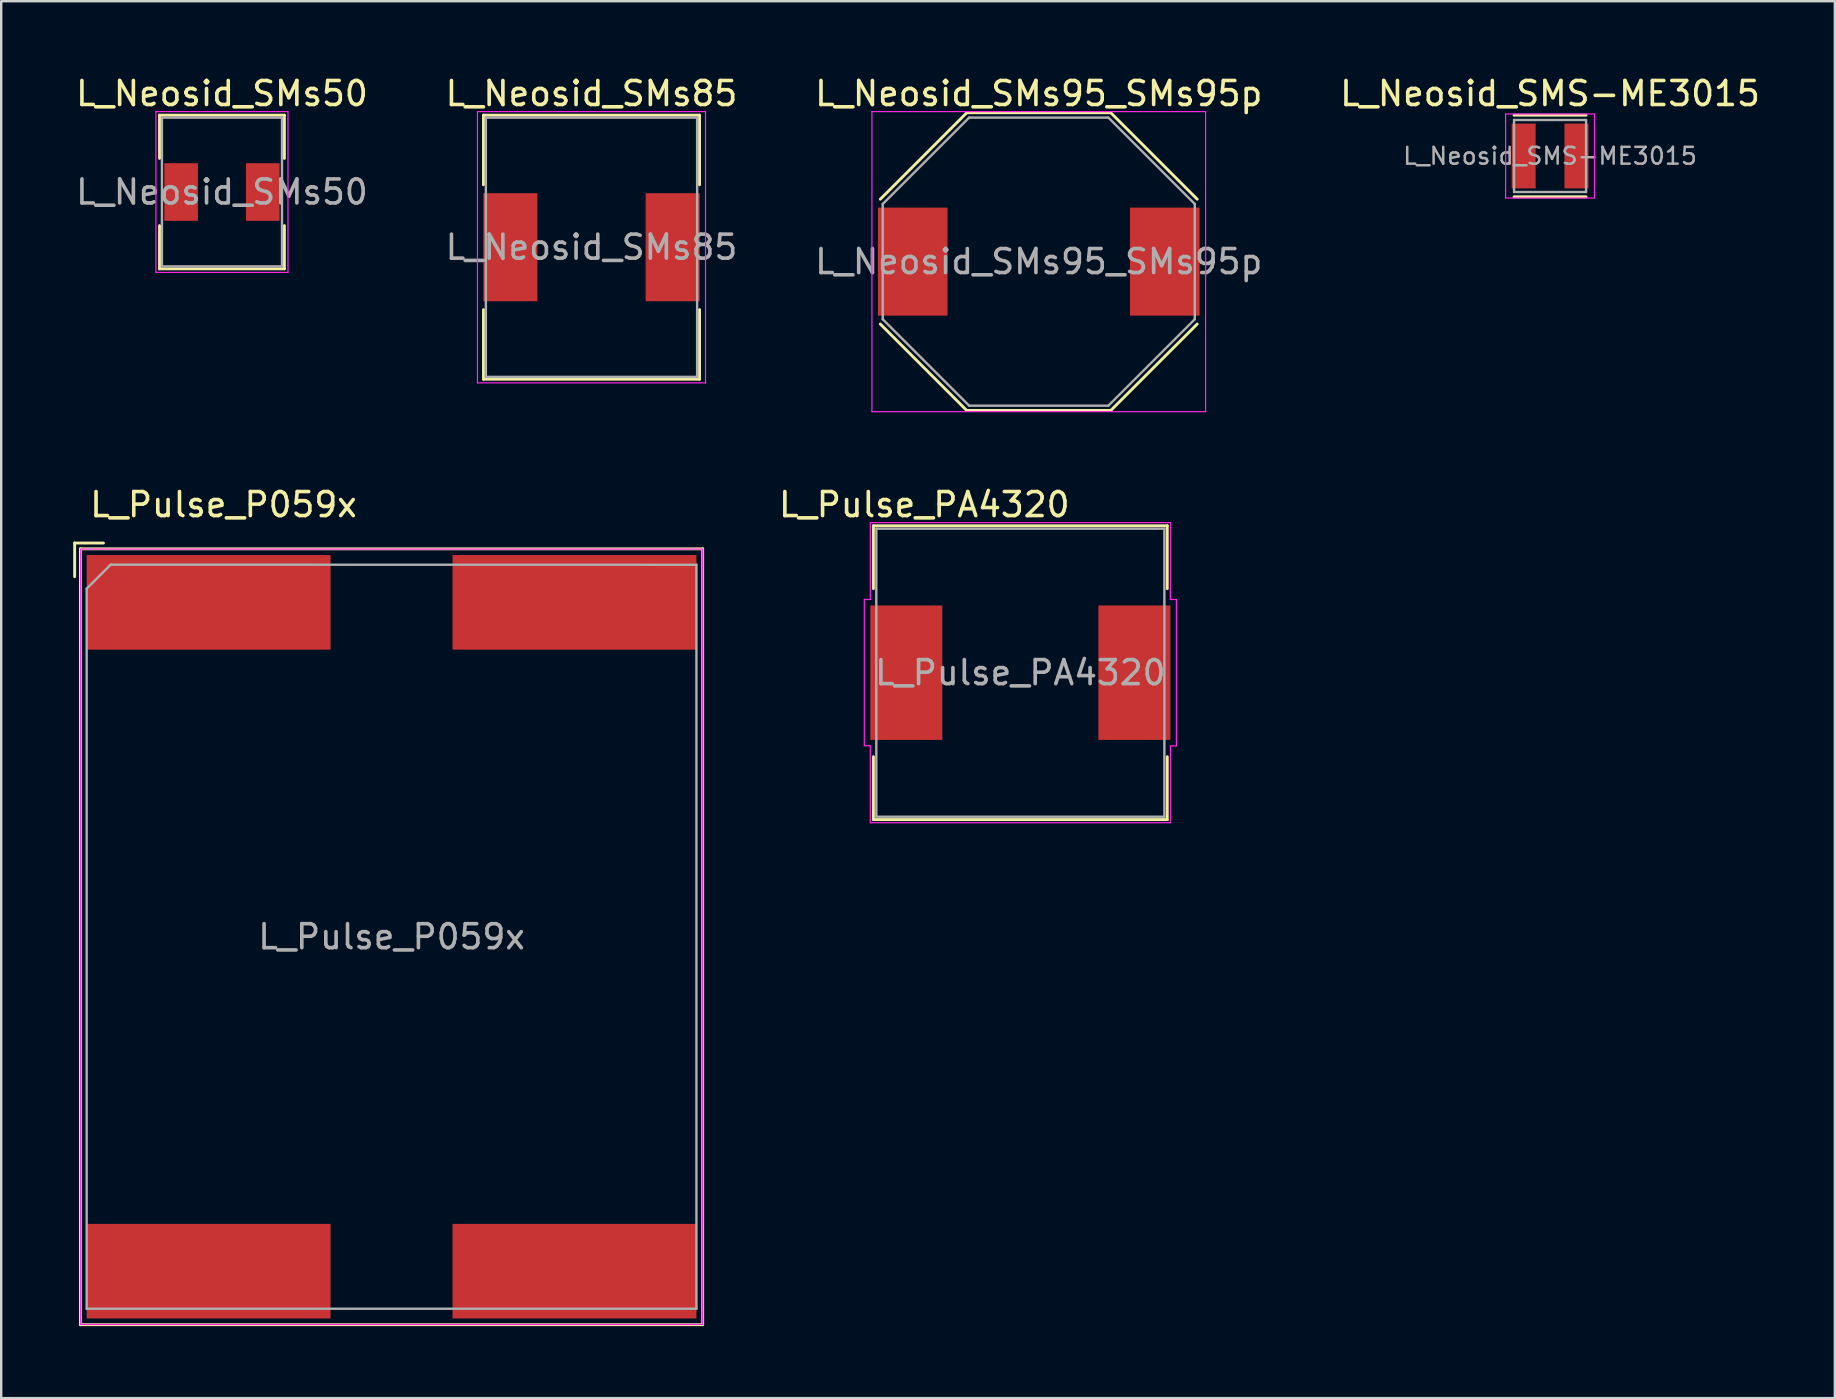
<source format=kicad_pcb>
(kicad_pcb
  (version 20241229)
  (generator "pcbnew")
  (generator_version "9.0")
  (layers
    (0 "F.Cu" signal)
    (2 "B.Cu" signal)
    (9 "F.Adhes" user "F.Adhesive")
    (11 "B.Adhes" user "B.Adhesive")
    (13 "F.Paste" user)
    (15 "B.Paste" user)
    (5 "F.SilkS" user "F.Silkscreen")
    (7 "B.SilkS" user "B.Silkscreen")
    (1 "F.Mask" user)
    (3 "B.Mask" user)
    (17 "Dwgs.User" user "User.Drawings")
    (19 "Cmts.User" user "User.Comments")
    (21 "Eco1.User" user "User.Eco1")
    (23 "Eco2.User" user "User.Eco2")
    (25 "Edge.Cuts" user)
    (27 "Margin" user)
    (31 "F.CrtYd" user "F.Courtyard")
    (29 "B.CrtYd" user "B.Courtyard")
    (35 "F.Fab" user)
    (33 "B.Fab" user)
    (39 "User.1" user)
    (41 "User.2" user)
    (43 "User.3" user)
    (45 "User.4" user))
  (footprint "L_Neosid_SMS-ME3015"
    (layer "F.Cu")
    (at 61.518 3.448)
    (property "Reference" "L_Neosid_SMS-ME3015" (at 0 -2.6 0) (layer "F.SilkS") (effects (font (size 1 1) (thickness 0.15))))
    (attr smd)
    (fp_line (start 1.5 -1.7) (end -1.5 -1.7) (stroke (width 0.12) (type solid)) (layer "F.SilkS"))
    (fp_line (start 1.5 1.7) (end -1.5 1.7) (stroke (width 0.12) (type solid)) (layer "F.SilkS"))
    (fp_line (start -1.85 -1.75) (end -1.85 1.75) (stroke (width 0.05) (type solid)) (layer "F.CrtYd"))
    (fp_line (start -1.85 -1.75) (end 1.85 -1.75) (stroke (width 0.05) (type solid)) (layer "F.CrtYd"))
    (fp_line (start 1.85 1.75) (end -1.85 1.75) (stroke (width 0.05) (type solid)) (layer "F.CrtYd"))
    (fp_line (start 1.85 1.75) (end 1.85 -1.75) (stroke (width 0.05) (type solid)) (layer "F.CrtYd"))
    (fp_line (start -1.5 -1.5) (end -1.5 1.5) (stroke (width 0.1) (type solid)) (layer "F.Fab"))
    (fp_line (start -1.5 1.5) (end 1.5 1.5) (stroke (width 0.1) (type solid)) (layer "F.Fab"))
    (fp_line (start 1.5 -1.5) (end -1.5 -1.5) (stroke (width 0.1) (type solid)) (layer "F.Fab"))
    (fp_line (start 1.5 1.5) (end 1.5 -1.5) (stroke (width 0.1) (type solid)) (layer "F.Fab"))
    (fp_text user "${REFERENCE}" (at 0 0 0) (layer "F.Fab") (effects (font (size 0.7 0.7) (thickness 0.105))))
    (pad "1" smd rect (at -1.1 0) (size 1 2.7) (layers "F.Cu" "F.Mask" "F.Paste"))
    (pad "2" smd rect (at 1.1 0) (size 1 2.7) (layers "F.Cu" "F.Mask" "F.Paste")))
  (footprint "L_Pulse_PA4320"
    (layer "F.Cu")
    (at 39.453 24.971)
    (property "Reference" "L_Pulse_PA4320" (at -4 -7 0) (layer "F.SilkS") (effects (font (size 1 1) (thickness 0.15))))
    (attr smd)
    (fp_line (start -6.12 -6.12) (end -6.12 -3.5) (stroke (width 0.12) (type solid)) (layer "F.SilkS"))
    (fp_line (start -6.12 -6.12) (end 6.12 -6.12) (stroke (width 0.12) (type solid)) (layer "F.SilkS"))
    (fp_line (start -6.12 3.5) (end -6.12 6.12) (stroke (width 0.12) (type solid)) (layer "F.SilkS"))
    (fp_line (start -6.12 6.12) (end 6.12 6.12) (stroke (width 0.12) (type solid)) (layer "F.SilkS"))
    (fp_line (start 6.12 -6.12) (end 6.12 -3.5) (stroke (width 0.12) (type solid)) (layer "F.SilkS"))
    (fp_line (start 6.12 3.5) (end 6.12 6.12) (stroke (width 0.12) (type solid)) (layer "F.SilkS"))
    (fp_line (start -6.5 3.04) (end -6.5 -3.05) (stroke (width 0.05) (type solid)) (layer "F.CrtYd"))
    (fp_line (start -6.25 -6.25) (end -6.25 -3.05) (stroke (width 0.05) (type solid)) (layer "F.CrtYd"))
    (fp_line (start -6.25 -6.25) (end 6.25 -6.25) (stroke (width 0.05) (type solid)) (layer "F.CrtYd"))
    (fp_line (start -6.25 -3.05) (end -6.5 -3.05) (stroke (width 0.05) (type solid)) (layer "F.CrtYd"))
    (fp_line (start -6.25 3.04) (end -6.5 3.04) (stroke (width 0.05) (type solid)) (layer "F.CrtYd"))
    (fp_line (start -6.25 3.04) (end -6.25 6.25) (stroke (width 0.05) (type solid)) (layer "F.CrtYd"))
    (fp_line (start 6.25 -6.25) (end 6.25 -3.05) (stroke (width 0.05) (type solid)) (layer "F.CrtYd"))
    (fp_line (start 6.25 -3.05) (end 6.5 -3.05) (stroke (width 0.05) (type solid)) (layer "F.CrtYd"))
    (fp_line (start 6.25 3.05) (end 6.25 6.25) (stroke (width 0.05) (type solid)) (layer "F.CrtYd"))
    (fp_line (start 6.25 6.25) (end -6.25 6.25) (stroke (width 0.05) (type solid)) (layer "F.CrtYd"))
    (fp_line (start 6.5 -3.05) (end 6.5 3.05) (stroke (width 0.05) (type solid)) (layer "F.CrtYd"))
    (fp_line (start 6.5 3.05) (end 6.25 3.05) (stroke (width 0.05) (type solid)) (layer "F.CrtYd"))
    (fp_line (start -6 -6) (end 6 -6) (stroke (width 0.1) (type solid)) (layer "F.Fab"))
    (fp_line (start -6 6) (end -6 -6) (stroke (width 0.1) (type solid)) (layer "F.Fab"))
    (fp_line (start 6 -6) (end 6 6) (stroke (width 0.1) (type solid)) (layer "F.Fab"))
    (fp_line (start 6 6) (end -6 6) (stroke (width 0.1) (type solid)) (layer "F.Fab"))
    (fp_text user "${REFERENCE}" (at 0 0 0) (layer "F.Fab") (effects (font (size 1 1) (thickness 0.15))))
    (pad "1" smd rect (at -4.75 0 90) (size 5.6 3) (layers "F.Cu" "F.Mask" "F.Paste"))
    (pad "2" smd rect (at 4.75 0 90) (size 5.6 3) (layers "F.Cu" "F.Mask" "F.Paste")))
  (footprint "L_Neosid_SMs85"
    (layer "F.Cu")
    (at 21.589 7.248)
    (property "Reference" "L_Neosid_SMs85" (at 0 -6.4 0) (layer "F.SilkS") (effects (font (size 1 1) (thickness 0.15))))
    (attr smd)
    (fp_line (start -4.5 -5.5) (end 4.5 -5.5) (stroke (width 0.12) (type solid)) (layer "F.SilkS"))
    (fp_line (start -4.5 -2.6) (end -4.5 -5.5) (stroke (width 0.12) (type solid)) (layer "F.SilkS"))
    (fp_line (start -4.5 5.5) (end -4.5 2.6) (stroke (width 0.12) (type solid)) (layer "F.SilkS"))
    (fp_line (start 4.5 -5.5) (end 4.5 -2.6) (stroke (width 0.12) (type solid)) (layer "F.SilkS"))
    (fp_line (start 4.5 2.6) (end 4.5 5.5) (stroke (width 0.12) (type solid)) (layer "F.SilkS"))
    (fp_line (start 4.5 5.5) (end -4.5 5.5) (stroke (width 0.12) (type solid)) (layer "F.SilkS"))
    (fp_line (start -4.75 -5.65) (end -4.75 5.65) (stroke (width 0.05) (type solid)) (layer "F.CrtYd"))
    (fp_line (start -4.75 -5.65) (end 4.75 -5.65) (stroke (width 0.05) (type solid)) (layer "F.CrtYd"))
    (fp_line (start 4.75 5.65) (end -4.75 5.65) (stroke (width 0.05) (type solid)) (layer "F.CrtYd"))
    (fp_line (start 4.75 5.65) (end 4.75 -5.65) (stroke (width 0.05) (type solid)) (layer "F.CrtYd"))
    (fp_line (start -4.4 -5.4) (end 4.4 -5.4) (stroke (width 0.1) (type solid)) (layer "F.Fab"))
    (fp_line (start -4.4 5.4) (end -4.4 -5.4) (stroke (width 0.1) (type solid)) (layer "F.Fab"))
    (fp_line (start 4.4 -5.4) (end 4.4 5.4) (stroke (width 0.1) (type solid)) (layer "F.Fab"))
    (fp_line (start 4.4 5.4) (end -4.4 5.4) (stroke (width 0.1) (type solid)) (layer "F.Fab"))
    (fp_text user "${REFERENCE}" (at 0 0 0) (layer "F.Fab") (effects (font (size 1 1) (thickness 0.15))))
    (pad "1" smd rect (at -3.38 0) (size 2.25 4.5) (layers "F.Cu" "F.Mask" "F.Paste"))
    (pad "2" smd rect (at 3.38 0) (size 2.25 4.5) (layers "F.Cu" "F.Mask" "F.Paste")))
  (footprint "L_Neosid_SMs50"
    (layer "F.Cu")
    (at 6.196 4.948)
    (property "Reference" "L_Neosid_SMs50" (at 0 -4.1 0) (layer "F.SilkS") (effects (font (size 1 1) (thickness 0.15))))
    (attr smd)
    (fp_line (start -2.6 -3.2) (end 2.6 -3.2) (stroke (width 0.12) (type solid)) (layer "F.SilkS"))
    (fp_line (start -2.6 -1.4) (end -2.6 -3.2) (stroke (width 0.12) (type solid)) (layer "F.SilkS"))
    (fp_line (start -2.6 3.2) (end -2.6 1.4) (stroke (width 0.12) (type solid)) (layer "F.SilkS"))
    (fp_line (start 2.6 -3.2) (end 2.6 -1.4) (stroke (width 0.12) (type solid)) (layer "F.SilkS"))
    (fp_line (start 2.6 1.4) (end 2.6 3.2) (stroke (width 0.12) (type solid)) (layer "F.SilkS"))
    (fp_line (start 2.6 3.2) (end -2.6 3.2) (stroke (width 0.12) (type solid)) (layer "F.SilkS"))
    (fp_line (start -2.75 -3.35) (end -2.75 3.35) (stroke (width 0.05) (type solid)) (layer "F.CrtYd"))
    (fp_line (start -2.75 -3.35) (end 2.75 -3.35) (stroke (width 0.05) (type solid)) (layer "F.CrtYd"))
    (fp_line (start 2.75 3.35) (end -2.75 3.35) (stroke (width 0.05) (type solid)) (layer "F.CrtYd"))
    (fp_line (start 2.75 3.35) (end 2.75 -3.35) (stroke (width 0.05) (type solid)) (layer "F.CrtYd"))
    (fp_line (start -2.5 -3.1) (end 2.5 -3.1) (stroke (width 0.1) (type solid)) (layer "F.Fab"))
    (fp_line (start -2.5 3.1) (end -2.5 -3.1) (stroke (width 0.1) (type solid)) (layer "F.Fab"))
    (fp_line (start 2.5 -3.1) (end 2.5 3.1) (stroke (width 0.1) (type solid)) (layer "F.Fab"))
    (fp_line (start 2.5 3.1) (end -2.5 3.1) (stroke (width 0.1) (type solid)) (layer "F.Fab"))
    (fp_text user "${REFERENCE}" (at 0 0 0) (layer "F.Fab") (effects (font (size 1 1) (thickness 0.15))))
    (pad "1" smd rect (at -1.7 0) (size 1.4 2.4) (layers "F.Cu" "F.Mask" "F.Paste"))
    (pad "2" smd rect (at 1.7 0) (size 1.4 2.4) (layers "F.Cu" "F.Mask" "F.Paste")))
  (footprint "L_Neosid_SMs95_SMs95p"
    (layer "F.Cu")
    (at 40.22 7.848)
    (property "Reference" "L_Neosid_SMs95_SMs95p" (at 0 -7 0) (layer "F.SilkS") (effects (font (size 1 1) (thickness 0.15))))
    (attr smd)
    (fp_line (start -6.6 -2.6) (end -3 -6.2) (stroke (width 0.12) (type solid)) (layer "F.SilkS"))
    (fp_line (start -3 -6.2) (end 3 -6.2) (stroke (width 0.12) (type solid)) (layer "F.SilkS"))
    (fp_line (start -3 6.2) (end -6.6 2.6) (stroke (width 0.12) (type solid)) (layer "F.SilkS"))
    (fp_line (start 3 -6.2) (end 6.6 -2.6) (stroke (width 0.12) (type solid)) (layer "F.SilkS"))
    (fp_line (start 3 6.2) (end -3 6.2) (stroke (width 0.12) (type solid)) (layer "F.SilkS"))
    (fp_line (start 6.6 2.6) (end 3 6.2) (stroke (width 0.12) (type solid)) (layer "F.SilkS"))
    (fp_line (start -6.95 -6.25) (end -6.95 6.25) (stroke (width 0.05) (type solid)) (layer "F.CrtYd"))
    (fp_line (start -6.95 -6.25) (end 6.95 -6.25) (stroke (width 0.05) (type solid)) (layer "F.CrtYd"))
    (fp_line (start 6.95 6.25) (end -6.95 6.25) (stroke (width 0.05) (type solid)) (layer "F.CrtYd"))
    (fp_line (start 6.95 6.25) (end 6.95 -6.25) (stroke (width 0.05) (type solid)) (layer "F.CrtYd"))
    (fp_line (start -6.5 -2.4) (end -6.5 2.4) (stroke (width 0.1) (type solid)) (layer "F.Fab"))
    (fp_line (start -6.5 -2.4) (end -2.9 -6) (stroke (width 0.1) (type solid)) (layer "F.Fab"))
    (fp_line (start -6.5 2.4) (end -2.9 6) (stroke (width 0.1) (type solid)) (layer "F.Fab"))
    (fp_line (start -2.9 6) (end 2.9 6) (stroke (width 0.1) (type solid)) (layer "F.Fab"))
    (fp_line (start 2.9 -6) (end -2.9 -6) (stroke (width 0.1) (type solid)) (layer "F.Fab"))
    (fp_line (start 2.9 6) (end 6.5 2.4) (stroke (width 0.1) (type solid)) (layer "F.Fab"))
    (fp_line (start 6.5 -2.4) (end 2.9 -6) (stroke (width 0.1) (type solid)) (layer "F.Fab"))
    (fp_line (start 6.5 2.4) (end 6.5 -2.4) (stroke (width 0.1) (type solid)) (layer "F.Fab"))
    (fp_text user "${REFERENCE}" (at 0 0 0) (layer "F.Fab") (effects (font (size 1 1) (thickness 0.15))))
    (pad "1" smd rect (at -5.25 0) (size 2.9 4.5) (layers "F.Cu" "F.Mask" "F.Paste"))
    (pad "2" smd rect (at 5.25 0) (size 2.9 4.5) (layers "F.Cu" "F.Mask" "F.Paste")))
  (footprint "L_Pulse_P059x"
    (layer "F.Cu")
    (at 13.26 35.971)
    (property "Reference" "L_Pulse_P059x" (at -7 -18 0) (unlocked yes) (layer "F.SilkS") (effects (font (size 1 1) (thickness 0.15))))
    (attr smd)
    (fp_line (start -13.2 -16.4) (end -12 -16.4) (stroke (width 0.12) (type solid)) (layer "F.SilkS"))
    (fp_line (start -13.2 -15) (end -13.2 -16.4) (stroke (width 0.12) (type solid)) (layer "F.SilkS"))
    (fp_line (start -12.96 -16.16) (end 12.96 -16.16) (stroke (width 0.12) (type solid)) (layer "F.SilkS"))
    (fp_line (start -12.96 16.16) (end -12.96 -16.16) (stroke (width 0.12) (type solid)) (layer "F.SilkS"))
    (fp_line (start 12.96 -16.16) (end 12.96 16.16) (stroke (width 0.12) (type solid)) (layer "F.SilkS"))
    (fp_line (start 12.96 16.16) (end -12.96 16.16) (stroke (width 0.12) (type solid)) (layer "F.SilkS"))
    (fp_rect (start -12.95 -16.15) (end 12.95 16.15) (stroke (width 0.05) (type solid)) (fill no) (layer "F.CrtYd"))
    (fp_line (start -12.7 -14.5) (end -11.7 -15.5) (stroke (width 0.1) (type solid)) (layer "F.Fab"))
    (fp_line (start -12.7 15.495) (end -12.7 -14.5) (stroke (width 0.1) (type solid)) (layer "F.Fab"))
    (fp_line (start -11.7 -15.5) (end 12.7 -15.495) (stroke (width 0.1) (type solid)) (layer "F.Fab"))
    (fp_line (start 12.7 -15.495) (end 12.7 15.495) (stroke (width 0.1) (type solid)) (layer "F.Fab"))
    (fp_line (start 12.7 15.495) (end -12.7 15.495) (stroke (width 0.1) (type solid)) (layer "F.Fab"))
    (fp_text user "${REFERENCE}" (at 0 0 0) (unlocked yes) (layer "F.Fab") (effects (font (size 1 1) (thickness 0.15))))
    (pad "1" smd rect (at -7.62 -13.93) (size 10.16 3.94) (layers "F.Cu" "F.Mask" "F.Paste"))
    (pad "2" smd rect (at 7.62 -13.93) (size 10.16 3.94) (layers "F.Cu" "F.Mask" "F.Paste"))
    (pad "3" smd rect (at 7.62 13.93) (size 10.16 3.94) (layers "F.Cu" "F.Mask" "F.Paste"))
    (pad "4" smd rect (at -7.62 13.93) (size 10.16 3.94) (layers "F.Cu" "F.Mask" "F.Paste")))
  (gr_rect
    (start -3 -3)
    (end 73.381 55.191)
    (stroke (width 0.1) (type default))
    (fill no)
    (layer "Edge.Cuts")))
</source>
